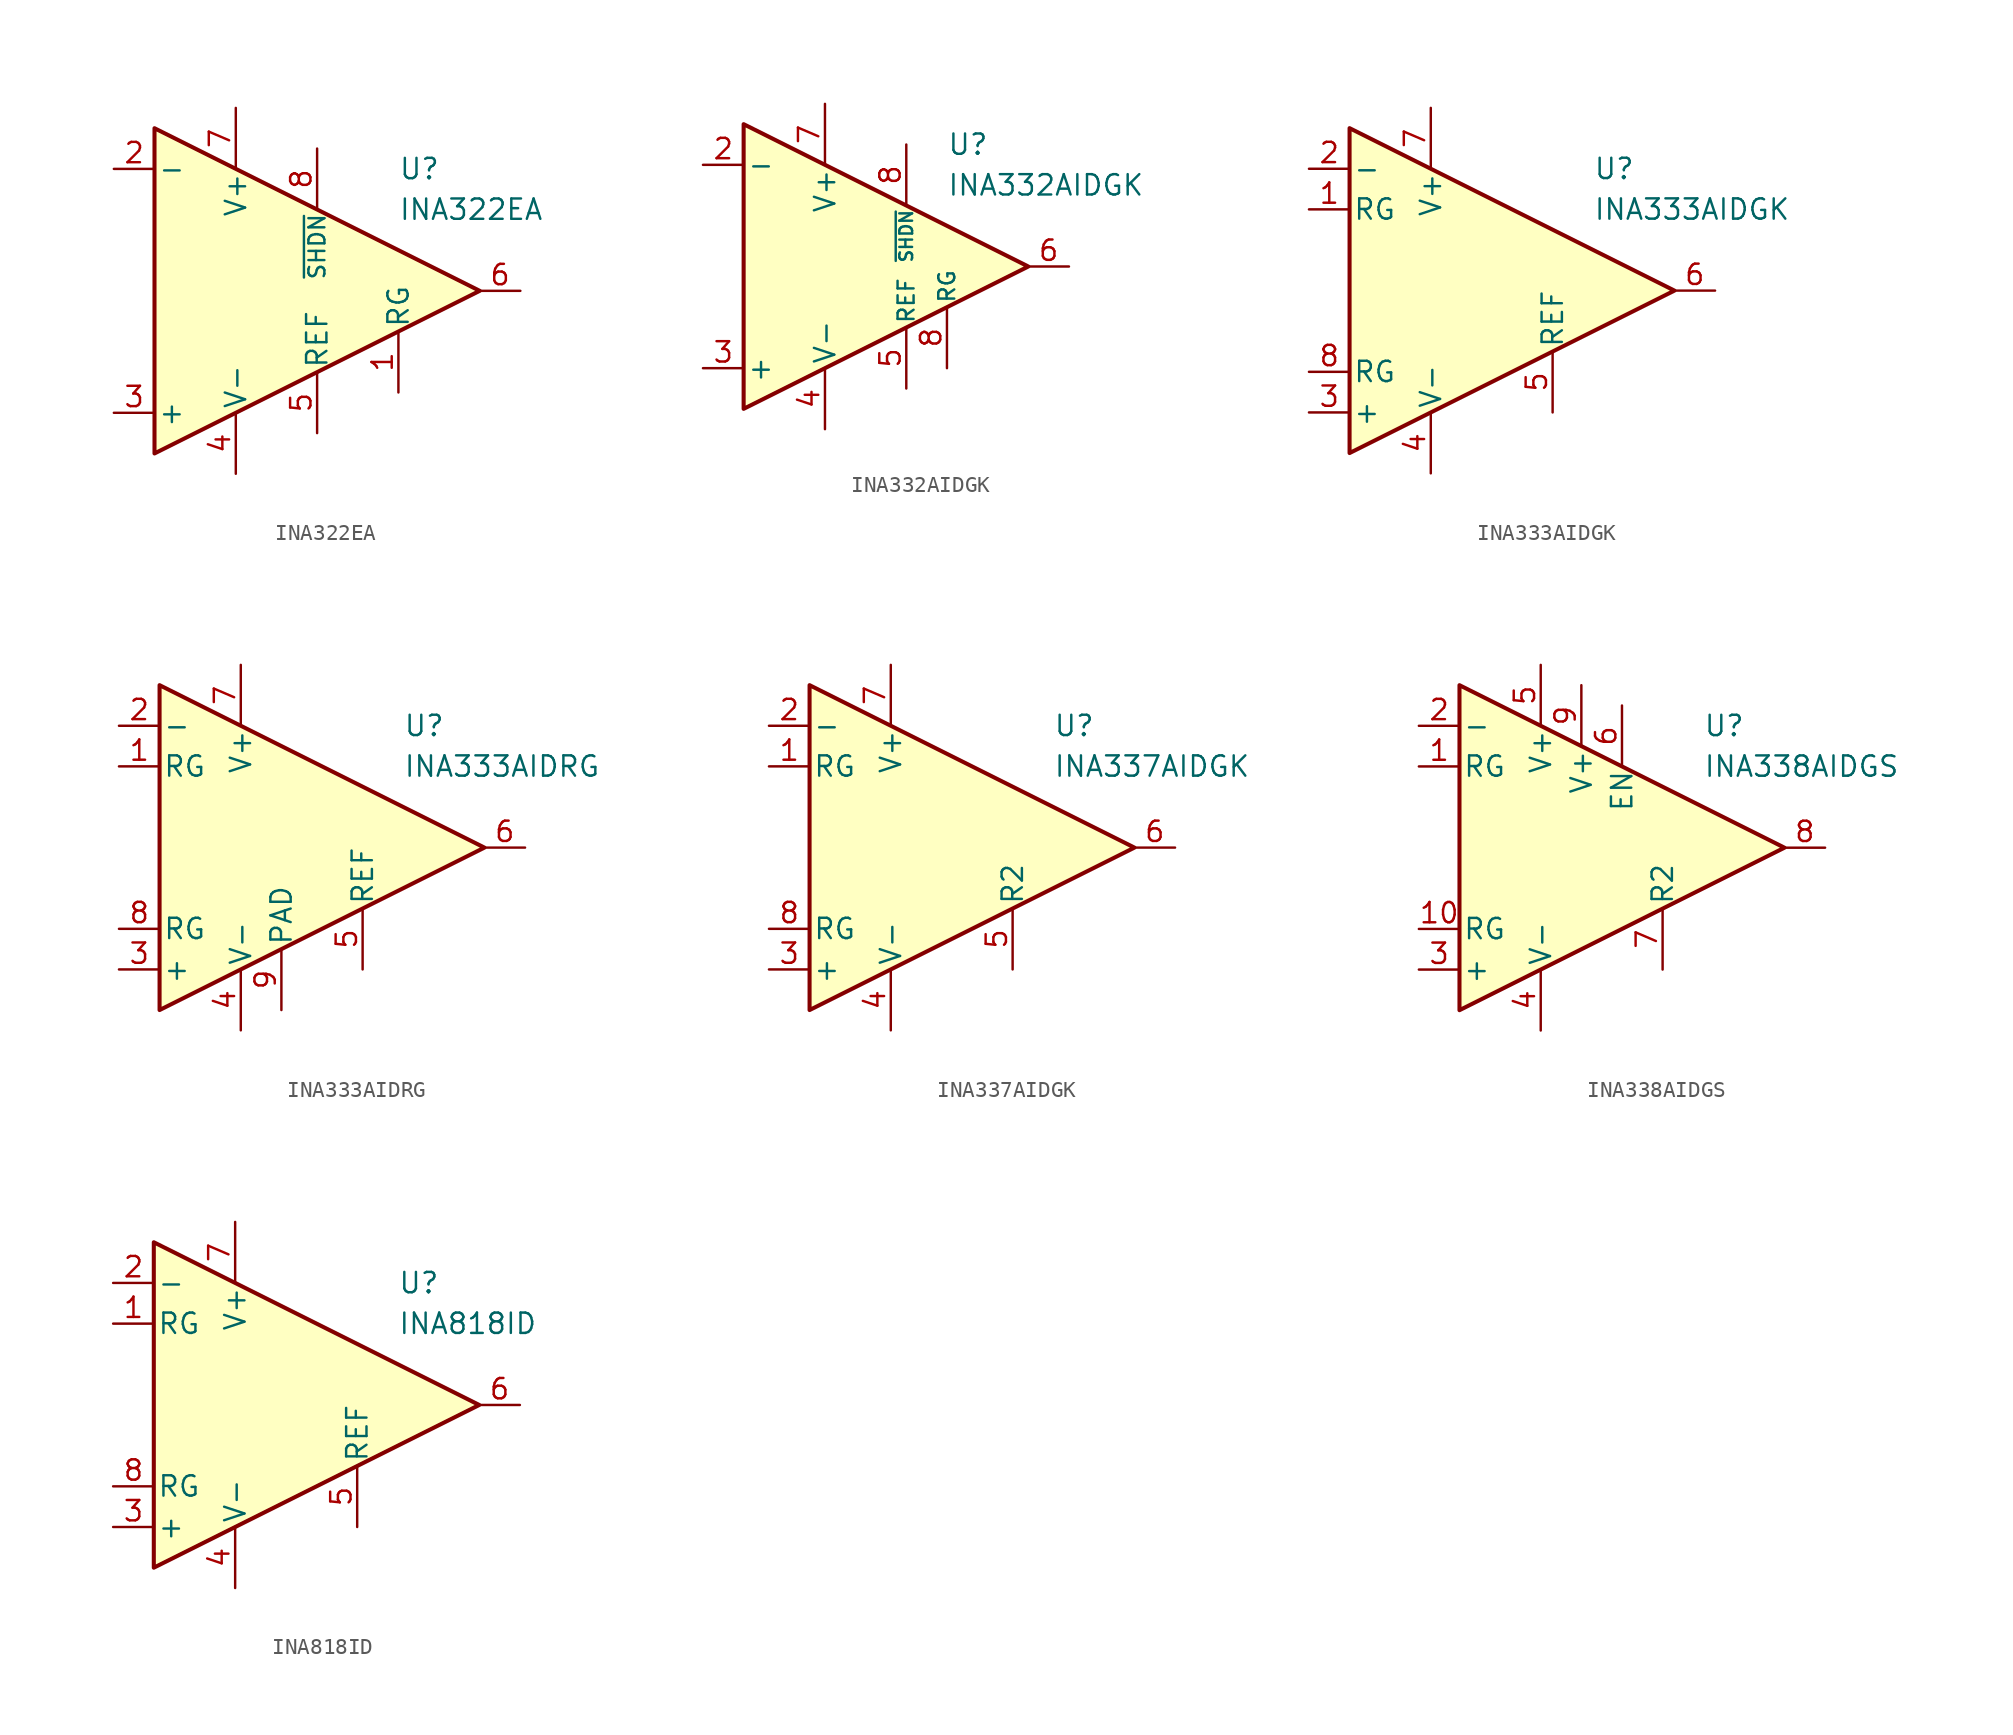
<source format=kicad_sym>
(kicad_symbol_lib
  (version 20231120)
  (generator "kicad_symbol_editor")
  (generator_version "8.0")
  (symbol "INA322EA"
    (pin_names
      (offset 0.2))
    (property "Reference" "U"
      (at 6.35 7.62 0)
      (effects (font (size 1.27 1.27)) (justify left)))
    (property "Value" "INA322EA"
      (at 6.35 5.08 0)
      (effects (font (size 1.27 1.27)) (justify left)))
    (symbol "INA322EA_0_1"
      (polyline (pts (xy -8.89 10.16) (xy -8.89 -10.16) (xy 11.43 0) (xy -8.89 10.16)) (stroke (width 0.254) (type default)) (fill (type background))))
    (symbol "INA322EA_1_1"
      (pin passive line (at 6.35 -6.35 90) (length 3.81) (name "RG" (effects (font (size 1.27 1.27)))) (number "1" (effects (font (size 1.27 1.27)))))
      (pin input line (at -11.43 7.62 0) (length 2.54) (name "-" (effects (font (size 1.27 1.27)))) (number "2" (effects (font (size 1.27 1.27)))))
      (pin input line (at -11.43 -7.62 0) (length 2.54) (name "+" (effects (font (size 1.27 1.27)))) (number "3" (effects (font (size 1.27 1.27)))))
      (pin power_in line (at -3.81 -11.43 90) (length 3.81) (name "V-" (effects (font (size 1.27 1.27)))) (number "4" (effects (font (size 1.27 1.27)))))
      (pin input line (at 1.27 -8.89 90) (length 3.81) (name "REF" (effects (font (size 1.27 1.27)))) (number "5" (effects (font (size 1.27 1.27)))))
      (pin output line (at 13.97 0 180) (length 2.54) (name "~" (effects (font (size 1.27 1.27)))) (number "6" (effects (font (size 1.27 1.27)))))
      (pin power_in line (at -3.81 11.43 270) (length 3.81) (name "V+" (effects (font (size 1.27 1.27)))) (number "7" (effects (font (size 1.27 1.27)))))
      (pin input line (at 1.27 8.89 270) (length 3.81) (name "~{SHDN}" (effects (font (size 1 1)))) (number "8" (effects (font (size 1.27 1.27)))))))
  (symbol "INA332AIDGK"
    (pin_names
      (offset 0.2))
    (property "Reference" "U"
      (at 6.35 7.62 0)
      (effects (font (size 1.27 1.27)) (justify left)))
    (property "Value" "INA332AIDGK"
      (at 6.35 5.08 0)
      (effects (font (size 1.27 1.27)) (justify left)))
    (symbol "INA332AIDGK_0_1"
      (polyline (pts (xy -6.35 8.89) (xy -6.35 -8.89) (xy 11.43 0) (xy -6.35 8.89)) (stroke (width 0.254) (type default)) (fill (type background))))
    (symbol "INA332AIDGK_1_1"
      (pin input line (at -8.89 6.35 0) (length 2.54) (name "-" (effects (font (size 1.27 1.27)))) (number "2" (effects (font (size 1.27 1.27)))))
      (pin input line (at -8.89 -6.35 0) (length 2.54) (name "+" (effects (font (size 1.27 1.27)))) (number "3" (effects (font (size 1.27 1.27)))))
      (pin power_in line (at -1.27 -10.16 90) (length 3.81) (name "V-" (effects (font (size 1.27 1.27)))) (number "4" (effects (font (size 1.27 1.27)))))
      (pin input line (at 3.81 -7.62 90) (length 3.81) (name "REF" (effects (font (size 1 1)))) (number "5" (effects (font (size 1.27 1.27)))))
      (pin output line (at 13.97 0 180) (length 2.54) (name "~" (effects (font (size 1.27 1.27)))) (number "6" (effects (font (size 1.27 1.27)))))
      (pin power_in line (at -1.27 10.16 270) (length 3.81) (name "V+" (effects (font (size 1.27 1.27)))) (number "7" (effects (font (size 1.27 1.27)))))
      (pin input line (at 6.35 -6.35 90) (length 3.81) (name "RG" (effects (font (size 1 1)))) (number "8" (effects (font (size 1.27 1.27)))))
      (pin input line (at 3.81 7.62 270) (length 3.81) (name "~{SHDN}" (effects (font (size 0.8 0.8)))) (number "8" (effects (font (size 1.27 1.27)))))))
  (symbol "INA333AIDGK"
    (pin_names
      (offset 0.2))
    (property "Reference" "U"
      (at 6.35 7.62 0)
      (effects (font (size 1.27 1.27)) (justify left)))
    (property "Value" "INA333AIDGK"
      (at 6.35 5.08 0)
      (effects (font (size 1.27 1.27)) (justify left)))
    (symbol "INA333AIDGK_0_1"
      (polyline (pts (xy -8.89 10.16) (xy -8.89 -10.16) (xy 11.43 0) (xy -8.89 10.16)) (stroke (width 0.254) (type default)) (fill (type background))))
    (symbol "INA333AIDGK_1_1"
      (pin passive line (at -11.43 5.08 0) (length 2.54) (name "RG" (effects (font (size 1.27 1.27)))) (number "1" (effects (font (size 1.27 1.27)))))
      (pin input line (at -11.43 7.62 0) (length 2.54) (name "-" (effects (font (size 1.27 1.27)))) (number "2" (effects (font (size 1.27 1.27)))))
      (pin input line (at -11.43 -7.62 0) (length 2.54) (name "+" (effects (font (size 1.27 1.27)))) (number "3" (effects (font (size 1.27 1.27)))))
      (pin power_in line (at -3.81 -11.43 90) (length 3.81) (name "V-" (effects (font (size 1.27 1.27)))) (number "4" (effects (font (size 1.27 1.27)))))
      (pin input line (at 3.81 -7.62 90) (length 3.81) (name "REF" (effects (font (size 1.27 1.27)))) (number "5" (effects (font (size 1.27 1.27)))))
      (pin output line (at 13.97 0 180) (length 2.54) (name "~" (effects (font (size 1.27 1.27)))) (number "6" (effects (font (size 1.27 1.27)))))
      (pin power_in line (at -3.81 11.43 270) (length 3.81) (name "V+" (effects (font (size 1.27 1.27)))) (number "7" (effects (font (size 1.27 1.27)))))
      (pin passive line (at -11.43 -5.08 0) (length 2.54) (name "RG" (effects (font (size 1.27 1.27)))) (number "8" (effects (font (size 1.27 1.27)))))))
  (symbol "INA333AIDRG"
    (pin_names
      (offset 0.2))
    (property "Reference" "U"
      (at 6.35 7.62 0)
      (effects (font (size 1.27 1.27)) (justify left)))
    (property "Value" "INA333AIDRG"
      (at 6.35 5.08 0)
      (effects (font (size 1.27 1.27)) (justify left)))
    (symbol "INA333AIDRG_0_1"
      (polyline (pts (xy -8.89 10.16) (xy -8.89 -10.16) (xy 11.43 0) (xy -8.89 10.16)) (stroke (width 0.254) (type default)) (fill (type background))))
    (symbol "INA333AIDRG_1_1"
      (pin passive line (at -11.43 5.08 0) (length 2.54) (name "RG" (effects (font (size 1.27 1.27)))) (number "1" (effects (font (size 1.27 1.27)))))
      (pin input line (at -11.43 7.62 0) (length 2.54) (name "-" (effects (font (size 1.27 1.27)))) (number "2" (effects (font (size 1.27 1.27)))))
      (pin input line (at -11.43 -7.62 0) (length 2.54) (name "+" (effects (font (size 1.27 1.27)))) (number "3" (effects (font (size 1.27 1.27)))))
      (pin power_in line (at -3.81 -11.43 90) (length 3.81) (name "V-" (effects (font (size 1.27 1.27)))) (number "4" (effects (font (size 1.27 1.27)))))
      (pin input line (at 3.81 -7.62 90) (length 3.81) (name "REF" (effects (font (size 1.27 1.27)))) (number "5" (effects (font (size 1.27 1.27)))))
      (pin output line (at 13.97 0 180) (length 2.54) (name "~" (effects (font (size 1.27 1.27)))) (number "6" (effects (font (size 1.27 1.27)))))
      (pin power_in line (at -3.81 11.43 270) (length 3.81) (name "V+" (effects (font (size 1.27 1.27)))) (number "7" (effects (font (size 1.27 1.27)))))
      (pin passive line (at -11.43 -5.08 0) (length 2.54) (name "RG" (effects (font (size 1.27 1.27)))) (number "8" (effects (font (size 1.27 1.27)))))
      (pin power_in line (at -1.27 -10.16 90) (length 3.81) (name "PAD" (effects (font (size 1.27 1.27)))) (number "9" (effects (font (size 1.27 1.27)))))))
  (symbol "INA337AIDGK"
    (pin_names
      (offset 0.2))
    (property "Reference" "U"
      (at 6.35 7.62 0)
      (effects (font (size 1.27 1.27)) (justify left)))
    (property "Value" "INA337AIDGK"
      (at 6.35 5.08 0)
      (effects (font (size 1.27 1.27)) (justify left)))
    (symbol "INA337AIDGK_0_1"
      (polyline (pts (xy -8.89 10.16) (xy -8.89 -10.16) (xy 11.43 0) (xy -8.89 10.16)) (stroke (width 0.254) (type default)) (fill (type background))))
    (symbol "INA337AIDGK_1_1"
      (pin passive line (at -11.43 5.08 0) (length 2.54) (name "RG" (effects (font (size 1.27 1.27)))) (number "1" (effects (font (size 1.27 1.27)))))
      (pin input line (at -11.43 7.62 0) (length 2.54) (name "-" (effects (font (size 1.27 1.27)))) (number "2" (effects (font (size 1.27 1.27)))))
      (pin input line (at -11.43 -7.62 0) (length 2.54) (name "+" (effects (font (size 1.27 1.27)))) (number "3" (effects (font (size 1.27 1.27)))))
      (pin power_in line (at -3.81 -11.43 90) (length 3.81) (name "V-" (effects (font (size 1.27 1.27)))) (number "4" (effects (font (size 1.27 1.27)))))
      (pin passive line (at 3.81 -7.62 90) (length 3.81) (name "R2" (effects (font (size 1.27 1.27)))) (number "5" (effects (font (size 1.27 1.27)))))
      (pin output line (at 13.97 0 180) (length 2.54) (name "~" (effects (font (size 1.27 1.27)))) (number "6" (effects (font (size 1.27 1.27)))))
      (pin power_in line (at -3.81 11.43 270) (length 3.81) (name "V+" (effects (font (size 1.27 1.27)))) (number "7" (effects (font (size 1.27 1.27)))))
      (pin passive line (at -11.43 -5.08 0) (length 2.54) (name "RG" (effects (font (size 1.27 1.27)))) (number "8" (effects (font (size 1.27 1.27)))))))
  (symbol "INA338AIDGS"
    (pin_names
      (offset 0.2))
    (property "Reference" "U"
      (at 6.35 7.62 0)
      (effects (font (size 1.27 1.27)) (justify left)))
    (property "Value" "INA338AIDGS"
      (at 6.35 5.08 0)
      (effects (font (size 1.27 1.27)) (justify left)))
    (symbol "INA338AIDGS_0_1"
      (polyline (pts (xy -8.89 10.16) (xy -8.89 -10.16) (xy 11.43 0) (xy -8.89 10.16)) (stroke (width 0.254) (type default)) (fill (type background))))
    (symbol "INA338AIDGS_1_1"
      (pin passive line (at -11.43 5.08 0) (length 2.54) (name "RG" (effects (font (size 1.27 1.27)))) (number "1" (effects (font (size 1.27 1.27)))))
      (pin passive line (at -11.43 -5.08 0) (length 2.54) (name "RG" (effects (font (size 1.27 1.27)))) (number "10" (effects (font (size 1.27 1.27)))))
      (pin input line (at -11.43 7.62 0) (length 2.54) (name "-" (effects (font (size 1.27 1.27)))) (number "2" (effects (font (size 1.27 1.27)))))
      (pin input line (at -11.43 -7.62 0) (length 2.54) (name "+" (effects (font (size 1.27 1.27)))) (number "3" (effects (font (size 1.27 1.27)))))
      (pin power_in line (at -3.81 -11.43 90) (length 3.81) (name "V-" (effects (font (size 1.27 1.27)))) (number "4" (effects (font (size 1.27 1.27)))))
      (pin power_in line (at -3.81 11.43 270) (length 3.81) (name "V+" (effects (font (size 1.27 1.27)))) (number "5" (effects (font (size 1.27 1.27)))))
      (pin input line (at 1.27 8.89 270) (length 3.81) (name "EN" (effects (font (size 1.27 1.27)))) (number "6" (effects (font (size 1.27 1.27)))))
      (pin passive line (at 3.81 -7.62 90) (length 3.81) (name "R2" (effects (font (size 1.27 1.27)))) (number "7" (effects (font (size 1.27 1.27)))))
      (pin output line (at 13.97 0 180) (length 2.54) (name "~" (effects (font (size 1.27 1.27)))) (number "8" (effects (font (size 1.27 1.27)))))
      (pin power_in line (at -1.27 10.16 270) (length 3.81) (name "V+" (effects (font (size 1.27 1.27)))) (number "9" (effects (font (size 1.27 1.27)))))))
  (symbol "INA818ID"
    (pin_names
      (offset 0.2))
    (property "Reference" "U"
      (at 6.35 7.62 0)
      (effects (font (size 1.27 1.27)) (justify left)))
    (property "Value" "INA818ID"
      (at 6.35 5.08 0)
      (effects (font (size 1.27 1.27)) (justify left)))
    (symbol "INA818ID_0_1"
      (polyline (pts (xy -8.89 10.16) (xy -8.89 -10.16) (xy 11.43 0) (xy -8.89 10.16)) (stroke (width 0.254) (type default)) (fill (type background))))
    (symbol "INA818ID_1_1"
      (pin passive line (at -11.43 5.08 0) (length 2.54) (name "RG" (effects (font (size 1.27 1.27)))) (number "1" (effects (font (size 1.27 1.27)))))
      (pin input line (at -11.43 7.62 0) (length 2.54) (name "-" (effects (font (size 1.27 1.27)))) (number "2" (effects (font (size 1.27 1.27)))))
      (pin input line (at -11.43 -7.62 0) (length 2.54) (name "+" (effects (font (size 1.27 1.27)))) (number "3" (effects (font (size 1.27 1.27)))))
      (pin power_in line (at -3.81 -11.43 90) (length 3.81) (name "V-" (effects (font (size 1.27 1.27)))) (number "4" (effects (font (size 1.27 1.27)))))
      (pin input line (at 3.81 -7.62 90) (length 3.81) (name "REF" (effects (font (size 1.27 1.27)))) (number "5" (effects (font (size 1.27 1.27)))))
      (pin output line (at 13.97 0 180) (length 2.54) (name "~" (effects (font (size 1.27 1.27)))) (number "6" (effects (font (size 1.27 1.27)))))
      (pin power_in line (at -3.81 11.43 270) (length 3.81) (name "V+" (effects (font (size 1.27 1.27)))) (number "7" (effects (font (size 1.27 1.27)))))
      (pin passive line (at -11.43 -5.08 0) (length 2.54) (name "RG" (effects (font (size 1.27 1.27)))) (number "8" (effects (font (size 1.27 1.27))))))))
</source>
